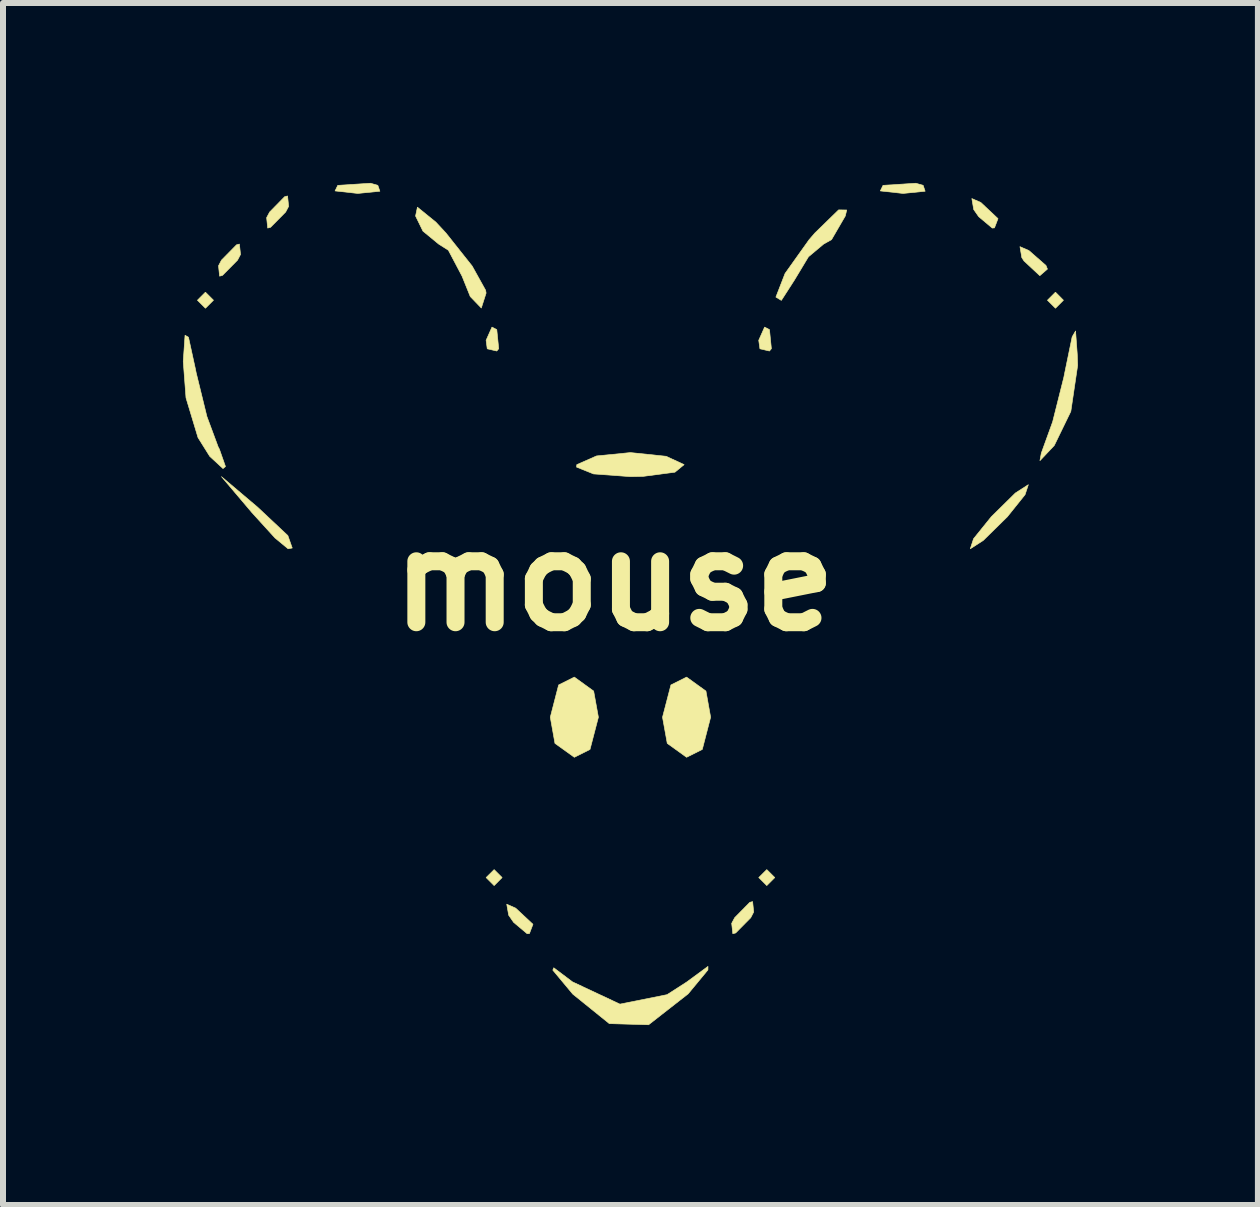
<source format=kicad_pcb>
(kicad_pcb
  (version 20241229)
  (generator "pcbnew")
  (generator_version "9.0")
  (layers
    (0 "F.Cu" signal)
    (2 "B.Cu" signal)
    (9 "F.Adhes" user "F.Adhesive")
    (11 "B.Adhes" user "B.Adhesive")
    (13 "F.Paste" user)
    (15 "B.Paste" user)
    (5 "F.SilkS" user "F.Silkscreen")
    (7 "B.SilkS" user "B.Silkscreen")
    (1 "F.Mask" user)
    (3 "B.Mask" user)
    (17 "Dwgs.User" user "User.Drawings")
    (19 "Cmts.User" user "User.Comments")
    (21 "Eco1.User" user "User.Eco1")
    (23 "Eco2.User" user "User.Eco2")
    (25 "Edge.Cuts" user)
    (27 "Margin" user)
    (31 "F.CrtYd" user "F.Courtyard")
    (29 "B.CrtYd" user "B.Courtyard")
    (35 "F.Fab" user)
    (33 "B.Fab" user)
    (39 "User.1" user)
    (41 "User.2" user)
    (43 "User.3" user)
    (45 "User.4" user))
  (footprint "mouse"
    (layer "F.Cu")
    (at 7.193 6.634)
    (property "Reference" "mouse" (at 0 0 0) (layer "F.SilkS") (effects (font (size 1.524 1.524) (thickness 0.3))))
    (attr through_hole)
    (fp_poly (pts (xy -6.684 -4.679) (xy -6.818 -4.545) (xy -6.952 -4.679) (xy -6.818 -4.813) (xy -6.684 -4.679)) (stroke (width 0.01) (type solid)) (fill yes) (layer "F.SilkS"))
    (fp_poly (pts (xy -1.872 4.946) (xy -2.005 5.08) (xy -2.139 4.946) (xy -2.005 4.813) (xy -1.872 4.946)) (stroke (width 0.01) (type solid)) (fill yes) (layer "F.SilkS"))
    (fp_poly (pts (xy 2.674 4.946) (xy 2.54 5.08) (xy 2.406 4.946) (xy 2.54 4.813) (xy 2.674 4.946)) (stroke (width 0.01) (type solid)) (fill yes) (layer "F.SilkS"))
    (fp_poly (pts (xy 7.486 -4.679) (xy 7.353 -4.545) (xy 7.219 -4.679) (xy 7.353 -4.813) (xy 7.486 -4.679)) (stroke (width 0.01) (type solid)) (fill yes) (layer "F.SilkS"))
    (fp_poly (pts (xy -3.944 -6.594) (xy -3.91 -6.496) (xy -4.278 -6.459) (xy -4.657 -6.501) (xy -4.612 -6.594) (xy -4.065 -6.629) (xy -3.944 -6.594)) (stroke (width 0.01) (type solid)) (fill yes) (layer "F.SilkS"))
    (fp_poly (pts (xy -1.961 -4.189) (xy -1.929 -3.871) (xy -1.961 -3.832) (xy -2.12 -3.869) (xy -2.139 -4.011) (xy -2.041 -4.231) (xy -1.961 -4.189)) (stroke (width 0.01) (type solid)) (fill yes) (layer "F.SilkS"))
    (fp_poly (pts (xy 2.585 -4.189) (xy 2.617 -3.871) (xy 2.585 -3.832) (xy 2.426 -3.869) (xy 2.406 -4.011) (xy 2.504 -4.231) (xy 2.585 -4.189)) (stroke (width 0.01) (type solid)) (fill yes) (layer "F.SilkS"))
    (fp_poly (pts (xy 5.147 -6.594) (xy 5.18 -6.496) (xy 4.813 -6.459) (xy 4.433 -6.501) (xy 4.478 -6.594) (xy 5.026 -6.629) (xy 5.147 -6.594)) (stroke (width 0.01) (type solid)) (fill yes) (layer "F.SilkS"))
    (fp_poly (pts (xy -5.949 -1.229) (xy -5.444 -0.755) (xy -5.371 -0.548) (xy -5.44 -0.535) (xy -5.658 -0.715) (xy -6.041 -1.136) (xy -6.551 -1.738) (xy -5.949 -1.229)) (stroke (width 0.01) (type solid)) (fill yes) (layer "F.SilkS"))
    (fp_poly (pts (xy -1.646 5.456) (xy -1.358 5.725) (xy -1.417 5.88) (xy -1.455 5.882) (xy -1.681 5.692) (xy -1.763 5.573) (xy -1.795 5.39) (xy -1.646 5.456)) (stroke (width 0.01) (type solid)) (fill yes) (layer "F.SilkS"))
    (fp_poly (pts (xy 6.108 -6.309) (xy 6.395 -6.039) (xy 6.336 -5.885) (xy 6.299 -5.882) (xy 6.073 -6.072) (xy 5.99 -6.191) (xy 5.959 -6.374) (xy 6.108 -6.309)) (stroke (width 0.01) (type solid)) (fill yes) (layer "F.SilkS"))
    (fp_poly (pts (xy 6.91 -5.507) (xy 7.195 -5.258) (xy 7.219 -5.198) (xy 7.092 -5.088) (xy 6.828 -5.334) (xy 6.792 -5.389) (xy 6.761 -5.572) (xy 6.91 -5.507)) (stroke (width 0.01) (type solid)) (fill yes) (layer "F.SilkS"))
    (fp_poly (pts (xy -6.233 -5.442) (xy -6.283 -5.347) (xy -6.535 -5.092) (xy -6.582 -5.08) (xy -6.6 -5.253) (xy -6.551 -5.347) (xy -6.299 -5.603) (xy -6.252 -5.615) (xy -6.233 -5.442)) (stroke (width 0.01) (type solid)) (fill yes) (layer "F.SilkS"))
    (fp_poly (pts (xy -5.431 -6.244) (xy -5.481 -6.149) (xy -5.733 -5.894) (xy -5.78 -5.882) (xy -5.798 -6.055) (xy -5.748 -6.149) (xy -5.497 -6.405) (xy -5.449 -6.417) (xy -5.431 -6.244)) (stroke (width 0.01) (type solid)) (fill yes) (layer "F.SilkS"))
    (fp_poly (pts (xy -0.346 1.837) (xy -0.267 2.273) (xy -0.407 2.81) (xy -0.668 2.941) (xy -0.991 2.709) (xy -1.069 2.273) (xy -0.93 1.735) (xy -0.668 1.604) (xy -0.346 1.837)) (stroke (width 0.01) (type solid)) (fill yes) (layer "F.SilkS"))
    (fp_poly (pts (xy 1.526 1.837) (xy 1.604 2.273) (xy 1.465 2.81) (xy 1.203 2.941) (xy 0.881 2.709) (xy 0.802 2.273) (xy 0.942 1.735) (xy 1.203 1.604) (xy 1.526 1.837)) (stroke (width 0.01) (type solid)) (fill yes) (layer "F.SilkS"))
    (fp_poly (pts (xy 2.322 5.52) (xy 2.273 5.615) (xy 2.021 5.87) (xy 1.974 5.882) (xy 1.955 5.709) (xy 2.005 5.615) (xy 2.257 5.359) (xy 2.304 5.347) (xy 2.322 5.52)) (stroke (width 0.01) (type solid)) (fill yes) (layer "F.SilkS"))
    (fp_poly (pts (xy 6.846 -1.437) (xy 6.551 -1.069) (xy 6.149 -0.674) (xy 5.933 -0.535) (xy 5.987 -0.702) (xy 6.283 -1.069) (xy 6.685 -1.465) (xy 6.901 -1.604) (xy 6.846 -1.437)) (stroke (width 0.01) (type solid)) (fill yes) (layer "F.SilkS"))
    (fp_poly (pts (xy 0.863 -2.077) (xy 1.162 -1.938) (xy 1.009 -1.812) (xy 0.477 -1.742) (xy 0.267 -1.738) (xy -0.348 -1.783) (xy -0.631 -1.897) (xy -0.627 -1.938) (xy -0.298 -2.083) (xy 0.267 -2.139) (xy 0.863 -2.077)) (stroke (width 0.01) (type solid)) (fill yes) (layer "F.SilkS"))
    (fp_poly (pts (xy 7.716 -3.782) (xy 7.723 -3.594) (xy 7.609 -2.825) (xy 7.333 -2.257) (xy 7.094 -2.004) (xy 7.117 -2.13) (xy 7.306 -2.652) (xy 7.493 -3.396) (xy 7.507 -3.467) (xy 7.631 -4.068) (xy 7.688 -4.166) (xy 7.716 -3.782)) (stroke (width 0.01) (type solid)) (fill yes) (layer "F.SilkS"))
    (fp_poly (pts (xy 1.559 6.486) (xy 1.229 6.885) (xy 0.57 7.4) (xy -0.085 7.381) (xy -0.694 6.889) (xy -1.027 6.489) (xy -1.011 6.45) (xy -0.699 6.685) (xy 0.092 7.056) (xy 0.878 6.898) (xy 1.203 6.689) (xy 1.56 6.427) (xy 1.559 6.486)) (stroke (width 0.01) (type solid)) (fill yes) (layer "F.SilkS"))
    (fp_poly (pts (xy 3.873 -6.183) (xy 3.849 -6.083) (xy 3.62 -5.689) (xy 3.488 -5.615) (xy 3.235 -5.403) (xy 3 -5.013) (xy 2.783 -4.676) (xy 2.692 -4.731) (xy 2.845 -5.125) (xy 3.246 -5.688) (xy 3.343 -5.8) (xy 3.738 -6.185) (xy 3.873 -6.183)) (stroke (width 0.01) (type solid)) (fill yes) (layer "F.SilkS"))
    (fp_poly (pts (xy -7.101 -4.062) (xy -6.985 -3.532) (xy -6.972 -3.467) (xy -6.794 -2.741) (xy -6.604 -2.229) (xy -6.586 -2.197) (xy -6.484 -1.907) (xy -6.525 -1.872) (xy -6.746 -2.076) (xy -6.942 -2.389) (xy -7.142 -3.051) (xy -7.188 -3.659) (xy -7.158 -4.095) (xy -7.101 -4.062)) (stroke (width 0.01) (type solid)) (fill yes) (layer "F.SilkS"))
    (fp_poly (pts (xy -2.977 -5.981) (xy -2.809 -5.8) (xy -2.371 -5.248) (xy -2.147 -4.845) (xy -2.139 -4.798) (xy -2.219 -4.549) (xy -2.403 -4.74) (xy -2.54 -5.08) (xy -2.768 -5.512) (xy -2.93 -5.615) (xy -3.192 -5.831) (xy -3.315 -6.083) (xy -3.284 -6.23) (xy -2.977 -5.981)) (stroke (width 0.01) (type solid)) (fill yes) (layer "F.SilkS")))
  (gr_rect
    (start -3 -3)
    (end 17.921 17.039)
    (stroke (width 0.1) (type default))
    (fill no)
    (layer "Edge.Cuts")))
</source>
